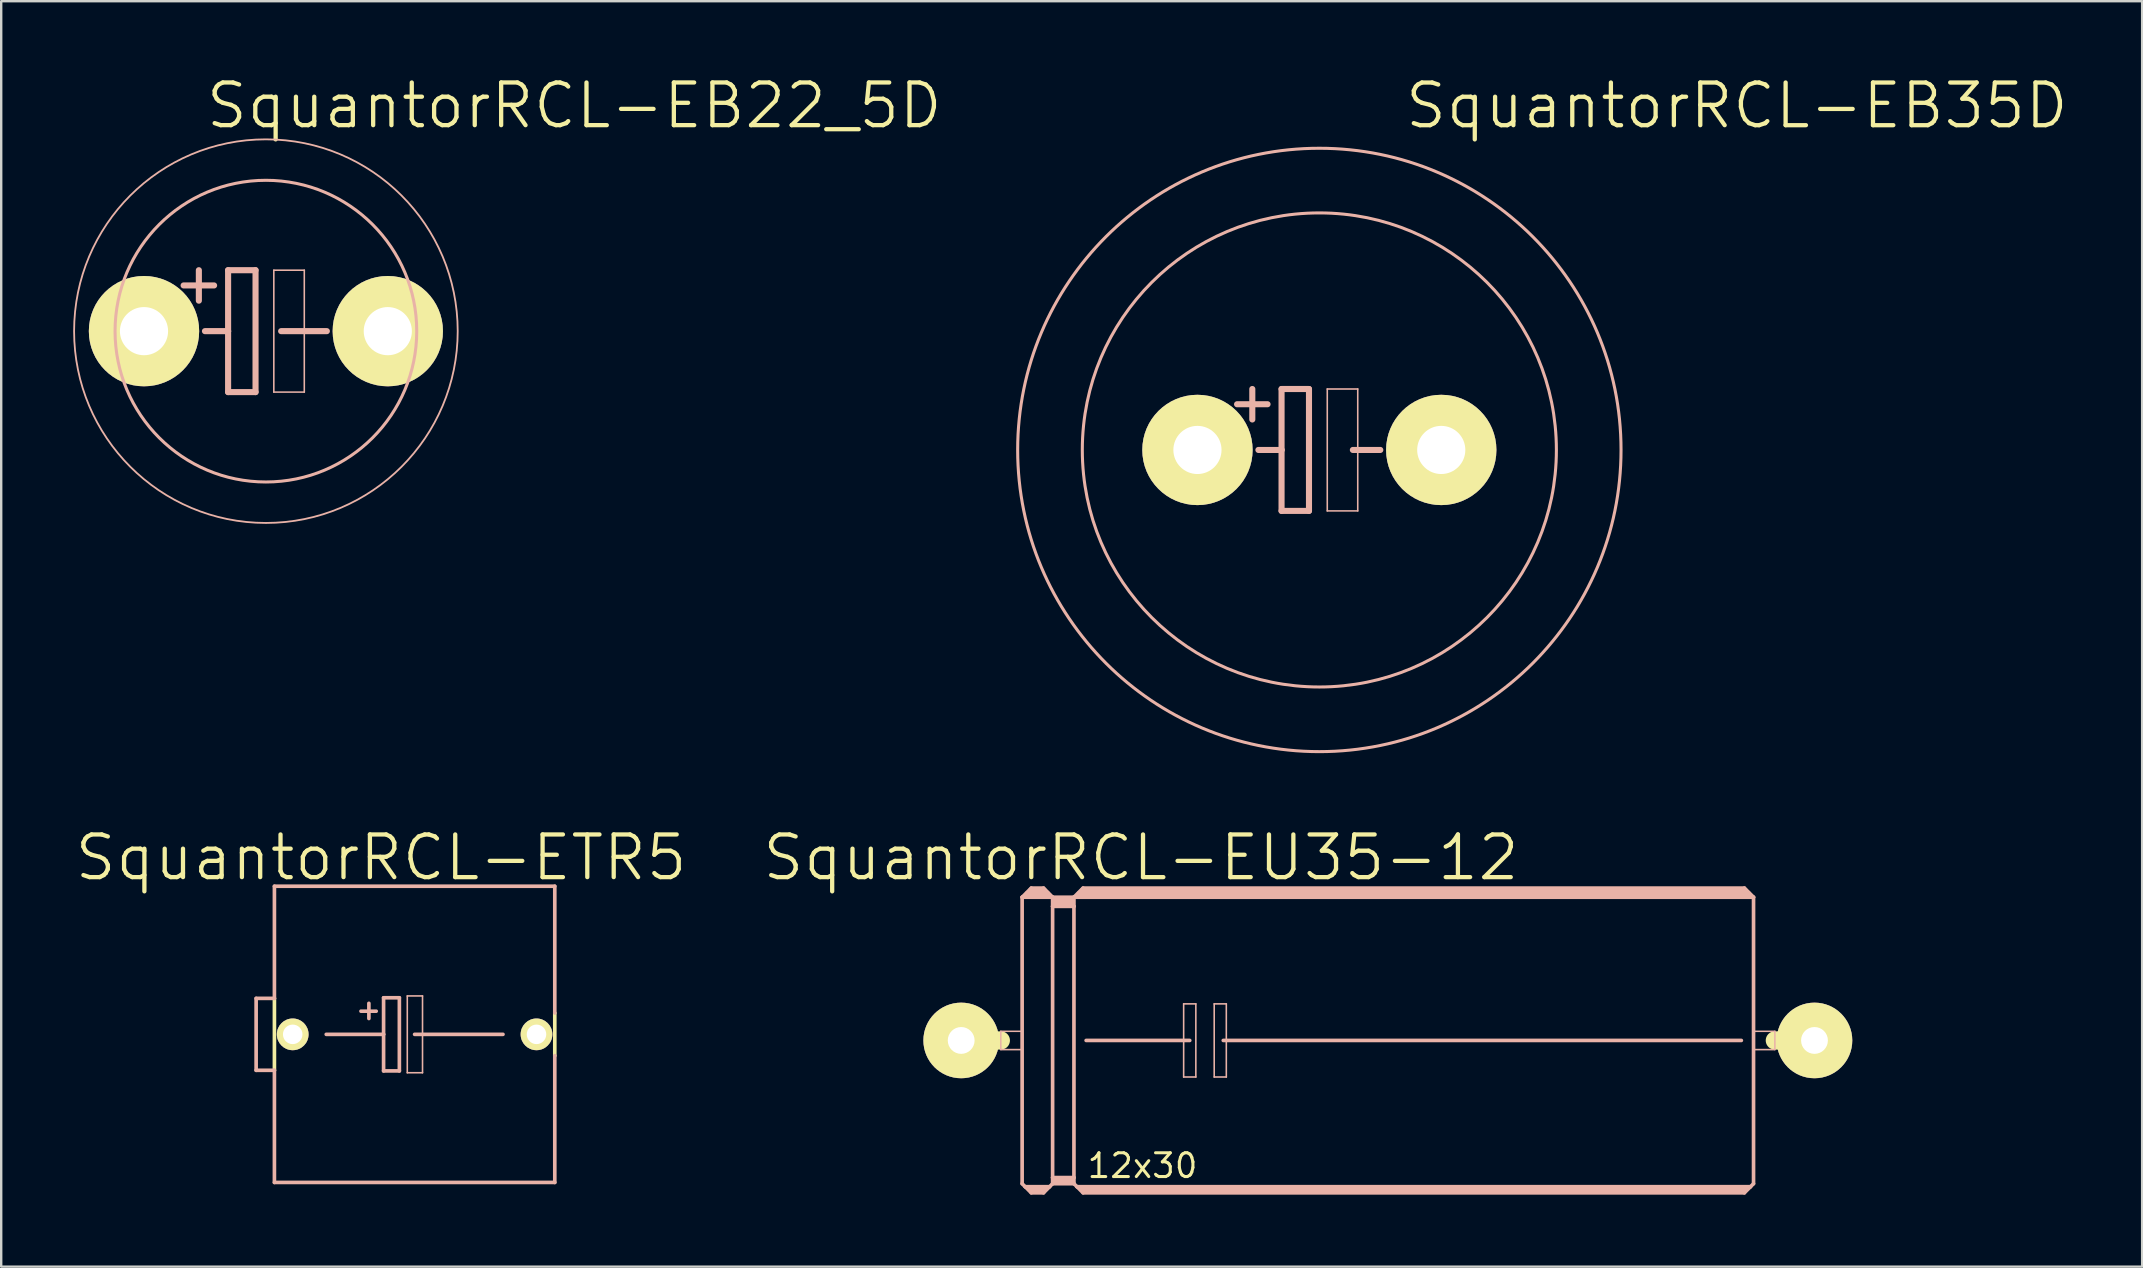
<source format=kicad_pcb>
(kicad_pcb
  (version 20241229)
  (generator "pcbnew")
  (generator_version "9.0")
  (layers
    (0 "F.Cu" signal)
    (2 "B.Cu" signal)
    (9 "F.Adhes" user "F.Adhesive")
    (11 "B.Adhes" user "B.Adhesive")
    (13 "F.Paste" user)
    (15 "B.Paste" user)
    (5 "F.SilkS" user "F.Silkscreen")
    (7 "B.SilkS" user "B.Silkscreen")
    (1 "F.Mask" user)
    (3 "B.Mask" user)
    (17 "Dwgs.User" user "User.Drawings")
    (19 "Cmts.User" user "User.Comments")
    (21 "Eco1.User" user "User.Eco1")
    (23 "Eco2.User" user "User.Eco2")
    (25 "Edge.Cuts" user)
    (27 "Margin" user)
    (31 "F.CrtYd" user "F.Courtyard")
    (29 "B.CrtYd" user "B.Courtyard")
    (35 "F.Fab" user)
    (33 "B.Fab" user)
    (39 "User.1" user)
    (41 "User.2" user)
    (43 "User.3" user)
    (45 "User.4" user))
  (footprint "SquantorRCL-EB35D"
    (layer "F.Cu")
    (at 51.932 15.701)
    (property "Reference" "SquantorRCL-EB35D" (at 17.399 -14.348 0) (layer "F.SilkS") (effects (font (size 1.778 1.778) (thickness 0.178))))
    (attr exclude_from_pos_files exclude_from_bom)
    (fp_line (start -2.794 -2.54) (end -2.794 -1.27) (stroke (width 0.254) (type solid)) (layer "B.SilkS"))
    (fp_line (start -2.54 0) (end -1.575 0) (stroke (width 0.254) (type solid)) (layer "B.SilkS"))
    (fp_line (start -2.159 -1.905) (end -3.429 -1.905) (stroke (width 0.254) (type solid)) (layer "B.SilkS"))
    (fp_line (start -1.575 -2.54) (end -0.432 -2.54) (stroke (width 0.254) (type solid)) (layer "B.SilkS"))
    (fp_line (start -1.575 0) (end -1.575 -2.54) (stroke (width 0.254) (type solid)) (layer "B.SilkS"))
    (fp_line (start -1.575 2.54) (end -1.575 0) (stroke (width 0.254) (type solid)) (layer "B.SilkS"))
    (fp_line (start -0.432 -2.54) (end -0.432 2.54) (stroke (width 0.254) (type solid)) (layer "B.SilkS"))
    (fp_line (start -0.432 2.54) (end -1.575 2.54) (stroke (width 0.254) (type solid)) (layer "B.SilkS"))
    (fp_line (start 0.33 -2.54) (end 1.6 -2.54) (stroke (width 0.066) (type solid)) (layer "B.SilkS"))
    (fp_line (start 0.33 2.54) (end 0.33 -2.54) (stroke (width 0.066) (type solid)) (layer "B.SilkS"))
    (fp_line (start 0.33 2.54) (end 1.6 2.54) (stroke (width 0.066) (type solid)) (layer "B.SilkS"))
    (fp_line (start 1.397 0) (end 2.54 0) (stroke (width 0.254) (type solid)) (layer "B.SilkS"))
    (fp_line (start 1.6 2.54) (end 1.6 -2.54) (stroke (width 0.066) (type solid)) (layer "B.SilkS"))
    (fp_circle (center 0 0) (end -8.89 8.89) (stroke (width 0.127) (type solid)) (fill no) (layer "B.SilkS"))
    (fp_circle (center 0 0) (end -6.985 6.985) (stroke (width 0.127) (type solid)) (fill no) (layer "B.SilkS"))
    (pad "+" thru_hole circle (at -5.08 0) (size 4.597 4.597) (drill 2.007) (layers "*.Cu" "F.Mask" "F.SilkS" "F.Paste"))
    (pad "-" thru_hole circle (at 5.08 0) (size 4.597 4.597) (drill 2.007) (layers "*.Cu" "F.Mask" "F.SilkS" "F.Paste")))
  (footprint "SquantorRCL-EB22_5D"
    (layer "F.Cu")
    (at 8.031 10.75)
    (property "Reference" "SquantorRCL-EB22_5D" (at 12.852 -9.398 0) (layer "F.SilkS") (effects (font (size 1.778 1.778) (thickness 0.178))))
    (attr exclude_from_pos_files exclude_from_bom)
    (fp_line (start -2.794 -2.54) (end -2.794 -1.27) (stroke (width 0.254) (type solid)) (layer "B.SilkS"))
    (fp_line (start -2.54 0) (end -1.575 0) (stroke (width 0.254) (type solid)) (layer "B.SilkS"))
    (fp_line (start -2.159 -1.905) (end -3.429 -1.905) (stroke (width 0.254) (type solid)) (layer "B.SilkS"))
    (fp_line (start -1.575 -2.54) (end -0.432 -2.54) (stroke (width 0.254) (type solid)) (layer "B.SilkS"))
    (fp_line (start -1.575 0) (end -1.575 -2.54) (stroke (width 0.254) (type solid)) (layer "B.SilkS"))
    (fp_line (start -1.575 2.54) (end -1.575 0) (stroke (width 0.254) (type solid)) (layer "B.SilkS"))
    (fp_line (start -0.432 -2.54) (end -0.432 2.54) (stroke (width 0.254) (type solid)) (layer "B.SilkS"))
    (fp_line (start -0.432 2.54) (end -1.575 2.54) (stroke (width 0.254) (type solid)) (layer "B.SilkS"))
    (fp_line (start 0.33 -2.54) (end 1.6 -2.54) (stroke (width 0.066) (type solid)) (layer "B.SilkS"))
    (fp_line (start 0.33 2.54) (end 0.33 -2.54) (stroke (width 0.066) (type solid)) (layer "B.SilkS"))
    (fp_line (start 0.33 2.54) (end 1.6 2.54) (stroke (width 0.066) (type solid)) (layer "B.SilkS"))
    (fp_line (start 0.635 0) (end 2.54 0) (stroke (width 0.254) (type solid)) (layer "B.SilkS"))
    (fp_line (start 1.6 2.54) (end 1.6 -2.54) (stroke (width 0.066) (type solid)) (layer "B.SilkS"))
    (fp_circle (center 0 0) (end -5.652 5.652) (stroke (width 0.076) (type solid)) (fill no) (layer "B.SilkS"))
    (fp_circle (center 0 0) (end -4.445 4.445) (stroke (width 0.127) (type solid)) (fill no) (layer "B.SilkS"))
    (pad "+" thru_hole circle (at -5.08 0) (size 4.597 4.597) (drill 2.007) (layers "*.Cu" "F.Mask" "F.SilkS" "F.Paste"))
    (pad "-" thru_hole circle (at 5.08 0) (size 4.597 4.597) (drill 2.007) (layers "*.Cu" "F.Mask" "F.SilkS" "F.Paste")))
  (footprint "SquantorRCL-EU35-12"
    (layer "F.Cu")
    (at 54.786 40.309)
    (property "Reference" "SquantorRCL-EU35-12" (at -10.287 -7.62 0) (layer "F.SilkS") (effects (font (size 1.778 1.778) (thickness 0.178))))
    (attr exclude_from_pos_files exclude_from_bom)
    (fp_line (start -17.78 0) (end -16.129 0) (stroke (width 0.762) (type solid)) (layer "F.SilkS"))
    (fp_line (start 17.78 0) (end 16.129 0) (stroke (width 0.762) (type solid)) (layer "F.SilkS"))
    (fp_line (start -16.129 -0.381) (end -15.24 -0.381) (stroke (width 0.066) (type solid)) (layer "B.SilkS"))
    (fp_line (start -16.129 0.381) (end -16.129 -0.381) (stroke (width 0.066) (type solid)) (layer "B.SilkS"))
    (fp_line (start -16.129 0.381) (end -15.24 0.381) (stroke (width 0.066) (type solid)) (layer "B.SilkS"))
    (fp_line (start -15.24 -5.969) (end -15.24 5.969) (stroke (width 0.152) (type solid)) (layer "B.SilkS"))
    (fp_line (start -15.24 -5.969) (end -14.859 -6.35) (stroke (width 0.152) (type solid)) (layer "B.SilkS"))
    (fp_line (start -15.24 -5.969) (end -13.97 -5.969) (stroke (width 0.152) (type solid)) (layer "B.SilkS"))
    (fp_line (start -15.24 0.381) (end -15.24 -0.381) (stroke (width 0.066) (type solid)) (layer "B.SilkS"))
    (fp_line (start -15.24 5.969) (end -15.113 6.096) (stroke (width 0.152) (type solid)) (layer "B.SilkS"))
    (fp_line (start -15.113 6.096) (end -14.859 6.35) (stroke (width 0.152) (type solid)) (layer "B.SilkS"))
    (fp_line (start -15.113 6.096) (end -14.097 6.096) (stroke (width 0.152) (type solid)) (layer "B.SilkS"))
    (fp_line (start -14.986 -6.096) (end -14.224 -6.096) (stroke (width 0.305) (type solid)) (layer "B.SilkS"))
    (fp_line (start -14.859 -6.35) (end -14.348 -6.35) (stroke (width 0.152) (type solid)) (layer "B.SilkS"))
    (fp_line (start -14.859 -6.223) (end -14.348 -6.223) (stroke (width 0.305) (type solid)) (layer "B.SilkS"))
    (fp_line (start -14.859 6.223) (end -14.348 6.223) (stroke (width 0.254) (type solid)) (layer "B.SilkS"))
    (fp_line (start -14.859 6.35) (end -14.348 6.35) (stroke (width 0.152) (type solid)) (layer "B.SilkS"))
    (fp_line (start -14.097 6.096) (end -14.348 6.35) (stroke (width 0.152) (type solid)) (layer "B.SilkS"))
    (fp_line (start -13.97 -5.969) (end -14.348 -6.35) (stroke (width 0.152) (type solid)) (layer "B.SilkS"))
    (fp_line (start -13.97 -5.969) (end -13.97 -5.588) (stroke (width 0.152) (type solid)) (layer "B.SilkS"))
    (fp_line (start -13.97 -5.969) (end -13.081 -5.969) (stroke (width 0.152) (type solid)) (layer "B.SilkS"))
    (fp_line (start -13.97 -5.588) (end -13.081 -5.588) (stroke (width 0.152) (type solid)) (layer "B.SilkS"))
    (fp_line (start -13.97 5.715) (end -13.97 -5.588) (stroke (width 0.152) (type solid)) (layer "B.SilkS"))
    (fp_line (start -13.97 5.715) (end -13.081 5.715) (stroke (width 0.152) (type solid)) (layer "B.SilkS"))
    (fp_line (start -13.97 5.969) (end -14.097 6.096) (stroke (width 0.152) (type solid)) (layer "B.SilkS"))
    (fp_line (start -13.97 5.969) (end -13.97 5.715) (stroke (width 0.152) (type solid)) (layer "B.SilkS"))
    (fp_line (start -13.97 5.969) (end -13.081 5.969) (stroke (width 0.152) (type solid)) (layer "B.SilkS"))
    (fp_line (start -13.843 -5.842) (end -13.208 -5.842) (stroke (width 0.305) (type solid)) (layer "B.SilkS"))
    (fp_line (start -13.843 -5.715) (end -13.208 -5.715) (stroke (width 0.305) (type solid)) (layer "B.SilkS"))
    (fp_line (start -13.843 5.842) (end -13.208 5.842) (stroke (width 0.254) (type solid)) (layer "B.SilkS"))
    (fp_line (start -13.081 -5.969) (end -13.081 -5.588) (stroke (width 0.152) (type solid)) (layer "B.SilkS"))
    (fp_line (start -13.081 -5.969) (end 15.24 -5.969) (stroke (width 0.152) (type solid)) (layer "B.SilkS"))
    (fp_line (start -13.081 -5.588) (end -13.081 5.715) (stroke (width 0.152) (type solid)) (layer "B.SilkS"))
    (fp_line (start -13.081 5.715) (end -13.081 5.969) (stroke (width 0.152) (type solid)) (layer "B.SilkS"))
    (fp_line (start -12.954 6.096) (end -13.081 5.969) (stroke (width 0.152) (type solid)) (layer "B.SilkS"))
    (fp_line (start -12.954 6.096) (end 15.113 6.096) (stroke (width 0.152) (type solid)) (layer "B.SilkS"))
    (fp_line (start -12.827 -6.096) (end 14.986 -6.096) (stroke (width 0.305) (type solid)) (layer "B.SilkS"))
    (fp_line (start -12.7 -6.35) (end -13.081 -5.969) (stroke (width 0.152) (type solid)) (layer "B.SilkS"))
    (fp_line (start -12.7 -6.35) (end 14.859 -6.35) (stroke (width 0.152) (type solid)) (layer "B.SilkS"))
    (fp_line (start -12.7 -6.223) (end 14.859 -6.223) (stroke (width 0.305) (type solid)) (layer "B.SilkS"))
    (fp_line (start -12.7 6.223) (end 14.859 6.223) (stroke (width 0.254) (type solid)) (layer "B.SilkS"))
    (fp_line (start -12.7 6.35) (end -12.954 6.096) (stroke (width 0.152) (type solid)) (layer "B.SilkS"))
    (fp_line (start -12.7 6.35) (end 14.859 6.35) (stroke (width 0.152) (type solid)) (layer "B.SilkS"))
    (fp_line (start -12.573 0) (end -8.255 0) (stroke (width 0.152) (type solid)) (layer "B.SilkS"))
    (fp_line (start -8.509 -1.524) (end -8.001 -1.524) (stroke (width 0.066) (type solid)) (layer "B.SilkS"))
    (fp_line (start -8.509 1.524) (end -8.509 -1.524) (stroke (width 0.066) (type solid)) (layer "B.SilkS"))
    (fp_line (start -8.509 1.524) (end -8.001 1.524) (stroke (width 0.066) (type solid)) (layer "B.SilkS"))
    (fp_line (start -8.001 1.524) (end -8.001 -1.524) (stroke (width 0.066) (type solid)) (layer "B.SilkS"))
    (fp_line (start -7.236 -1.524) (end -6.731 -1.524) (stroke (width 0.066) (type solid)) (layer "B.SilkS"))
    (fp_line (start -7.236 1.524) (end -7.236 -1.524) (stroke (width 0.066) (type solid)) (layer "B.SilkS"))
    (fp_line (start -7.236 1.524) (end -6.731 1.524) (stroke (width 0.066) (type solid)) (layer "B.SilkS"))
    (fp_line (start -6.858 0) (end 14.732 0) (stroke (width 0.152) (type solid)) (layer "B.SilkS"))
    (fp_line (start -6.731 1.524) (end -6.731 -1.524) (stroke (width 0.066) (type solid)) (layer "B.SilkS"))
    (fp_line (start 14.859 -6.35) (end 15.24 -5.969) (stroke (width 0.152) (type solid)) (layer "B.SilkS"))
    (fp_line (start 14.859 6.35) (end 15.113 6.096) (stroke (width 0.152) (type solid)) (layer "B.SilkS"))
    (fp_line (start 15.113 6.096) (end 15.24 5.969) (stroke (width 0.152) (type solid)) (layer "B.SilkS"))
    (fp_line (start 15.24 -5.969) (end 15.24 5.969) (stroke (width 0.152) (type solid)) (layer "B.SilkS"))
    (fp_line (start 15.24 -0.381) (end 16.129 -0.381) (stroke (width 0.066) (type solid)) (layer "B.SilkS"))
    (fp_line (start 15.24 0.381) (end 15.24 -0.381) (stroke (width 0.066) (type solid)) (layer "B.SilkS"))
    (fp_line (start 15.24 0.381) (end 16.129 0.381) (stroke (width 0.066) (type solid)) (layer "B.SilkS"))
    (fp_line (start 16.129 0.381) (end 16.129 -0.381) (stroke (width 0.066) (type solid)) (layer "B.SilkS"))
    (fp_text user "12x30" (at -10.223 5.22 0) (layer "F.SilkS") (effects (font (size 0.991 0.991) (thickness 0.127))))
    (pad "1" thru_hole circle (at -17.78 0) (size 3.15 3.15) (drill 1.118) (layers "*.Cu" "F.Mask" "F.SilkS" "F.Paste"))
    (pad "2" thru_hole circle (at 17.78 0) (size 3.15 3.15) (drill 1.118) (layers "*.Cu" "F.Mask" "F.SilkS" "F.Paste")))
  (footprint "SquantorRCL-ETR5"
    (layer "F.Cu")
    (at 14.228 40.055)
    (property "Reference" "SquantorRCL-ETR5" (at -1.397 -7.366 0) (layer "F.SilkS") (effects (font (size 1.778 1.778) (thickness 0.178))))
    (attr exclude_from_pos_files exclude_from_bom)
    (fp_line (start -5.842 1.499) (end -5.842 -1.499) (stroke (width 0.152) (type solid)) (layer "F.SilkS"))
    (fp_line (start 5.842 -0.889) (end 5.842 0.889) (stroke (width 0.152) (type solid)) (layer "F.SilkS"))
    (fp_line (start -6.604 -1.499) (end -6.604 1.499) (stroke (width 0.152) (type solid)) (layer "B.SilkS"))
    (fp_line (start -6.604 1.499) (end -5.842 1.499) (stroke (width 0.152) (type solid)) (layer "B.SilkS"))
    (fp_line (start -5.842 -1.499) (end -6.604 -1.499) (stroke (width 0.152) (type solid)) (layer "B.SilkS"))
    (fp_line (start -5.842 -1.499) (end -5.842 -6.172) (stroke (width 0.152) (type solid)) (layer "B.SilkS"))
    (fp_line (start -5.842 6.172) (end -5.842 1.499) (stroke (width 0.152) (type solid)) (layer "B.SilkS"))
    (fp_line (start -5.842 6.172) (end 5.842 6.172) (stroke (width 0.152) (type solid)) (layer "B.SilkS"))
    (fp_line (start -3.683 0) (end -1.293 0) (stroke (width 0.152) (type solid)) (layer "B.SilkS"))
    (fp_line (start -1.905 -1.293) (end -1.905 -0.66) (stroke (width 0.152) (type solid)) (layer "B.SilkS"))
    (fp_line (start -1.6 -0.965) (end -2.235 -0.965) (stroke (width 0.152) (type solid)) (layer "B.SilkS"))
    (fp_line (start -1.293 -1.524) (end -0.635 -1.524) (stroke (width 0.152) (type solid)) (layer "B.SilkS"))
    (fp_line (start -1.293 0) (end -1.293 -1.524) (stroke (width 0.152) (type solid)) (layer "B.SilkS"))
    (fp_line (start -1.293 1.524) (end -1.293 0) (stroke (width 0.152) (type solid)) (layer "B.SilkS"))
    (fp_line (start -0.635 -1.524) (end -0.635 1.524) (stroke (width 0.152) (type solid)) (layer "B.SilkS"))
    (fp_line (start -0.635 1.524) (end -1.293 1.524) (stroke (width 0.152) (type solid)) (layer "B.SilkS"))
    (fp_line (start -0.305 -1.6) (end 0.33 -1.6) (stroke (width 0.066) (type solid)) (layer "B.SilkS"))
    (fp_line (start -0.305 1.6) (end -0.305 -1.6) (stroke (width 0.066) (type solid)) (layer "B.SilkS"))
    (fp_line (start -0.305 1.6) (end 0.33 1.6) (stroke (width 0.066) (type solid)) (layer "B.SilkS"))
    (fp_line (start 0 0) (end 3.683 0) (stroke (width 0.152) (type solid)) (layer "B.SilkS"))
    (fp_line (start 0.33 1.6) (end 0.33 -1.6) (stroke (width 0.066) (type solid)) (layer "B.SilkS"))
    (fp_line (start 5.842 -6.172) (end -5.842 -6.172) (stroke (width 0.152) (type solid)) (layer "B.SilkS"))
    (fp_line (start 5.842 -0.889) (end 5.842 -6.172) (stroke (width 0.152) (type solid)) (layer "B.SilkS"))
    (fp_line (start 5.842 6.172) (end 5.842 0.889) (stroke (width 0.152) (type solid)) (layer "B.SilkS"))
    (pad "+" thru_hole circle (at -5.08 0) (size 1.321 1.321) (drill 0.813) (layers "*.Cu" "F.Mask" "F.SilkS" "F.Paste"))
    (pad "-" thru_hole circle (at 5.08 0) (size 1.321 1.321) (drill 0.813) (layers "*.Cu" "F.Mask" "F.SilkS" "F.Paste")))
  (gr_rect
    (start -3 -3)
    (end 86.221 49.735)
    (stroke (width 0.1) (type default))
    (fill no)
    (layer "Edge.Cuts")))
</source>
